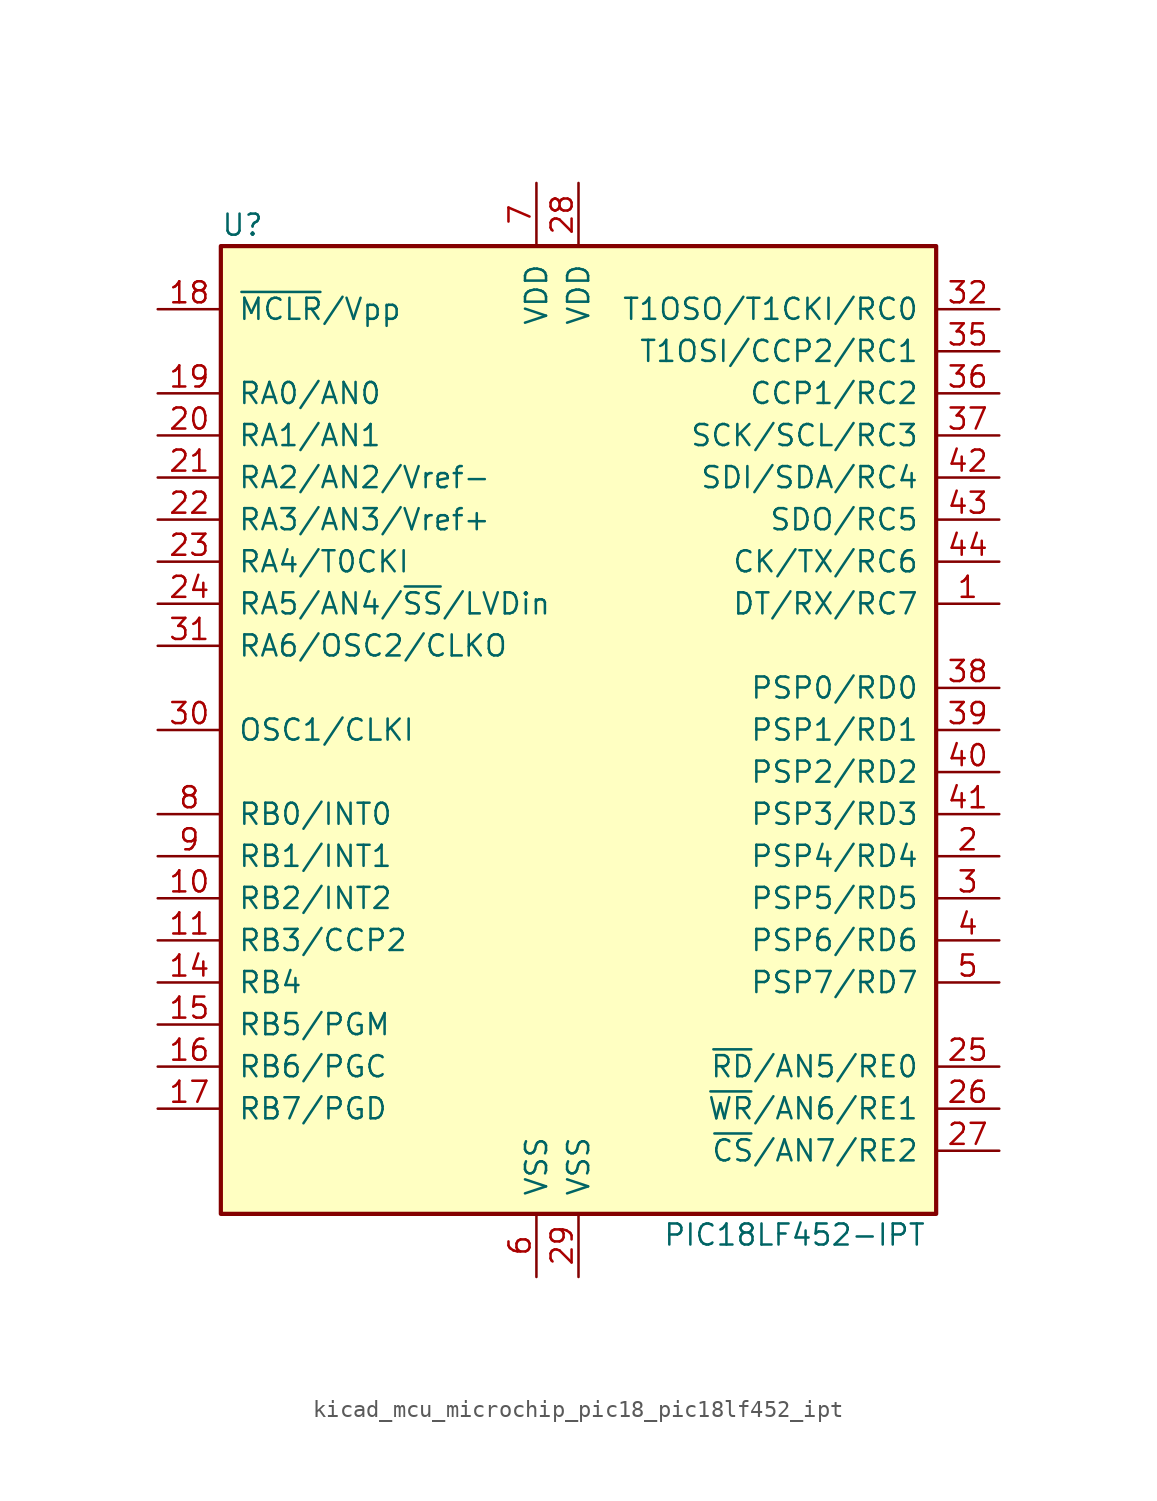
<source format=kicad_sym>
(kicad_symbol_lib
  (version 20220914)
  (generator kicad_symbol_editor)
  (symbol "kicad_mcu_microchip_pic18_pic18lf452_ipt"
    (pin_names
      (offset 1.016))
    (property "Reference" "U"
      (at -21.59 30.48 0)
      (effects (font (size 1.27 1.27)) (justify left)))
    (property "Value" "PIC18LF452-IPT"
      (at 5.08 -30.48 0)
      (effects (font (size 1.27 1.27)) (justify left)))
    (symbol "kicad_mcu_microchip_pic18_pic18lf452_ipt_0_1"
      (rectangle (start 21.59 -29.21) (end -21.59 29.21) (stroke (width 0.254) (type default)) (fill (type background))))
    (symbol "kicad_mcu_microchip_pic18_pic18lf452_ipt_1_1"
      (pin bidirectional line (at 25.4 7.62 180) (length 3.81) (name "DT/RX/RC7" (effects (font (size 1.27 1.27)))) (number "1" (effects (font (size 1.27 1.27)))))
      (pin bidirectional line (at -25.4 -10.16 0) (length 3.81) (name "RB2/INT2" (effects (font (size 1.27 1.27)))) (number "10" (effects (font (size 1.27 1.27)))))
      (pin bidirectional line (at -25.4 -12.7 0) (length 3.81) (name "RB3/CCP2" (effects (font (size 1.27 1.27)))) (number "11" (effects (font (size 1.27 1.27)))))
      (pin no_connect line (at -15.24 -29.21 90) (length 3.81) hide (name "NC" (effects (font (size 1.27 1.27)))) (number "12" (effects (font (size 1.27 1.27)))))
      (pin no_connect line (at -12.7 -29.21 90) (length 3.81) hide (name "NC" (effects (font (size 1.27 1.27)))) (number "13" (effects (font (size 1.27 1.27)))))
      (pin bidirectional line (at -25.4 -15.24 0) (length 3.81) (name "RB4" (effects (font (size 1.27 1.27)))) (number "14" (effects (font (size 1.27 1.27)))))
      (pin bidirectional line (at -25.4 -17.78 0) (length 3.81) (name "RB5/PGM" (effects (font (size 1.27 1.27)))) (number "15" (effects (font (size 1.27 1.27)))))
      (pin bidirectional line (at -25.4 -20.32 0) (length 3.81) (name "RB6/PGC" (effects (font (size 1.27 1.27)))) (number "16" (effects (font (size 1.27 1.27)))))
      (pin bidirectional line (at -25.4 -22.86 0) (length 3.81) (name "RB7/PGD" (effects (font (size 1.27 1.27)))) (number "17" (effects (font (size 1.27 1.27)))))
      (pin input line (at -25.4 25.4 0) (length 3.81) (name "~{MCLR}/Vpp" (effects (font (size 1.27 1.27)))) (number "18" (effects (font (size 1.27 1.27)))))
      (pin bidirectional line (at -25.4 20.32 0) (length 3.81) (name "RA0/AN0" (effects (font (size 1.27 1.27)))) (number "19" (effects (font (size 1.27 1.27)))))
      (pin bidirectional line (at 25.4 -7.62 180) (length 3.81) (name "PSP4/RD4" (effects (font (size 1.27 1.27)))) (number "2" (effects (font (size 1.27 1.27)))))
      (pin bidirectional line (at -25.4 17.78 0) (length 3.81) (name "RA1/AN1" (effects (font (size 1.27 1.27)))) (number "20" (effects (font (size 1.27 1.27)))))
      (pin bidirectional line (at -25.4 15.24 0) (length 3.81) (name "RA2/AN2/Vref-" (effects (font (size 1.27 1.27)))) (number "21" (effects (font (size 1.27 1.27)))))
      (pin bidirectional line (at -25.4 12.7 0) (length 3.81) (name "RA3/AN3/Vref+" (effects (font (size 1.27 1.27)))) (number "22" (effects (font (size 1.27 1.27)))))
      (pin bidirectional line (at -25.4 10.16 0) (length 3.81) (name "RA4/T0CKI" (effects (font (size 1.27 1.27)))) (number "23" (effects (font (size 1.27 1.27)))))
      (pin bidirectional line (at -25.4 7.62 0) (length 3.81) (name "RA5/AN4/~{SS}/LVDin" (effects (font (size 1.27 1.27)))) (number "24" (effects (font (size 1.27 1.27)))))
      (pin bidirectional line (at 25.4 -20.32 180) (length 3.81) (name "~{RD}/AN5/RE0" (effects (font (size 1.27 1.27)))) (number "25" (effects (font (size 1.27 1.27)))))
      (pin bidirectional line (at 25.4 -22.86 180) (length 3.81) (name "~{WR}/AN6/RE1" (effects (font (size 1.27 1.27)))) (number "26" (effects (font (size 1.27 1.27)))))
      (pin bidirectional line (at 25.4 -25.4 180) (length 3.81) (name "~{CS}/AN7/RE2" (effects (font (size 1.27 1.27)))) (number "27" (effects (font (size 1.27 1.27)))))
      (pin power_in line (at 0 33.02 270) (length 3.81) (name "VDD" (effects (font (size 1.27 1.27)))) (number "28" (effects (font (size 1.27 1.27)))))
      (pin power_in line (at 0 -33.02 90) (length 3.81) (name "VSS" (effects (font (size 1.27 1.27)))) (number "29" (effects (font (size 1.27 1.27)))))
      (pin bidirectional line (at 25.4 -10.16 180) (length 3.81) (name "PSP5/RD5" (effects (font (size 1.27 1.27)))) (number "3" (effects (font (size 1.27 1.27)))))
      (pin input line (at -25.4 0 0) (length 3.81) (name "OSC1/CLKI" (effects (font (size 1.27 1.27)))) (number "30" (effects (font (size 1.27 1.27)))))
      (pin bidirectional line (at -25.4 5.08 0) (length 3.81) (name "RA6/OSC2/CLKO" (effects (font (size 1.27 1.27)))) (number "31" (effects (font (size 1.27 1.27)))))
      (pin bidirectional line (at 25.4 25.4 180) (length 3.81) (name "T1OSO/T1CKI/RC0" (effects (font (size 1.27 1.27)))) (number "32" (effects (font (size 1.27 1.27)))))
      (pin no_connect line (at -10.16 -29.21 90) (length 3.81) hide (name "NC" (effects (font (size 1.27 1.27)))) (number "33" (effects (font (size 1.27 1.27)))))
      (pin no_connect line (at -7.62 -29.21 90) (length 3.81) hide (name "NC" (effects (font (size 1.27 1.27)))) (number "34" (effects (font (size 1.27 1.27)))))
      (pin bidirectional line (at 25.4 22.86 180) (length 3.81) (name "T1OSI/CCP2/RC1" (effects (font (size 1.27 1.27)))) (number "35" (effects (font (size 1.27 1.27)))))
      (pin bidirectional line (at 25.4 20.32 180) (length 3.81) (name "CCP1/RC2" (effects (font (size 1.27 1.27)))) (number "36" (effects (font (size 1.27 1.27)))))
      (pin bidirectional line (at 25.4 17.78 180) (length 3.81) (name "SCK/SCL/RC3" (effects (font (size 1.27 1.27)))) (number "37" (effects (font (size 1.27 1.27)))))
      (pin bidirectional line (at 25.4 2.54 180) (length 3.81) (name "PSP0/RD0" (effects (font (size 1.27 1.27)))) (number "38" (effects (font (size 1.27 1.27)))))
      (pin bidirectional line (at 25.4 0 180) (length 3.81) (name "PSP1/RD1" (effects (font (size 1.27 1.27)))) (number "39" (effects (font (size 1.27 1.27)))))
      (pin bidirectional line (at 25.4 -12.7 180) (length 3.81) (name "PSP6/RD6" (effects (font (size 1.27 1.27)))) (number "4" (effects (font (size 1.27 1.27)))))
      (pin bidirectional line (at 25.4 -2.54 180) (length 3.81) (name "PSP2/RD2" (effects (font (size 1.27 1.27)))) (number "40" (effects (font (size 1.27 1.27)))))
      (pin bidirectional line (at 25.4 -5.08 180) (length 3.81) (name "PSP3/RD3" (effects (font (size 1.27 1.27)))) (number "41" (effects (font (size 1.27 1.27)))))
      (pin bidirectional line (at 25.4 15.24 180) (length 3.81) (name "SDI/SDA/RC4" (effects (font (size 1.27 1.27)))) (number "42" (effects (font (size 1.27 1.27)))))
      (pin bidirectional line (at 25.4 12.7 180) (length 3.81) (name "SDO/RC5" (effects (font (size 1.27 1.27)))) (number "43" (effects (font (size 1.27 1.27)))))
      (pin bidirectional line (at 25.4 10.16 180) (length 3.81) (name "CK/TX/RC6" (effects (font (size 1.27 1.27)))) (number "44" (effects (font (size 1.27 1.27)))))
      (pin bidirectional line (at 25.4 -15.24 180) (length 3.81) (name "PSP7/RD7" (effects (font (size 1.27 1.27)))) (number "5" (effects (font (size 1.27 1.27)))))
      (pin power_in line (at -2.54 -33.02 90) (length 3.81) (name "VSS" (effects (font (size 1.27 1.27)))) (number "6" (effects (font (size 1.27 1.27)))))
      (pin power_in line (at -2.54 33.02 270) (length 3.81) (name "VDD" (effects (font (size 1.27 1.27)))) (number "7" (effects (font (size 1.27 1.27)))))
      (pin bidirectional line (at -25.4 -5.08 0) (length 3.81) (name "RB0/INT0" (effects (font (size 1.27 1.27)))) (number "8" (effects (font (size 1.27 1.27)))))
      (pin bidirectional line (at -25.4 -7.62 0) (length 3.81) (name "RB1/INT1" (effects (font (size 1.27 1.27)))) (number "9" (effects (font (size 1.27 1.27))))))))
</source>
